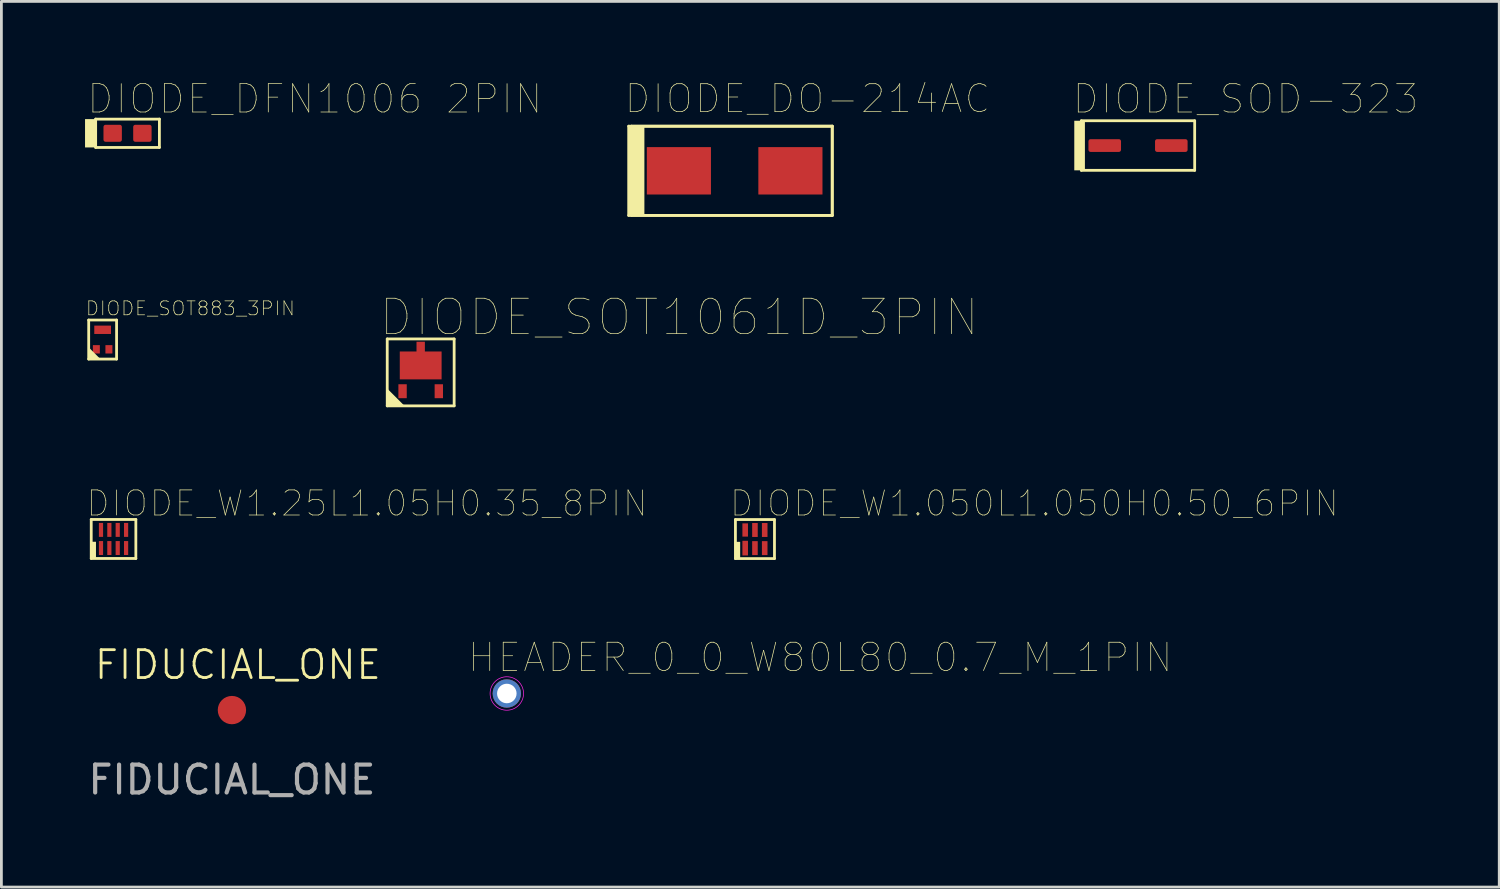
<source format=kicad_pcb>
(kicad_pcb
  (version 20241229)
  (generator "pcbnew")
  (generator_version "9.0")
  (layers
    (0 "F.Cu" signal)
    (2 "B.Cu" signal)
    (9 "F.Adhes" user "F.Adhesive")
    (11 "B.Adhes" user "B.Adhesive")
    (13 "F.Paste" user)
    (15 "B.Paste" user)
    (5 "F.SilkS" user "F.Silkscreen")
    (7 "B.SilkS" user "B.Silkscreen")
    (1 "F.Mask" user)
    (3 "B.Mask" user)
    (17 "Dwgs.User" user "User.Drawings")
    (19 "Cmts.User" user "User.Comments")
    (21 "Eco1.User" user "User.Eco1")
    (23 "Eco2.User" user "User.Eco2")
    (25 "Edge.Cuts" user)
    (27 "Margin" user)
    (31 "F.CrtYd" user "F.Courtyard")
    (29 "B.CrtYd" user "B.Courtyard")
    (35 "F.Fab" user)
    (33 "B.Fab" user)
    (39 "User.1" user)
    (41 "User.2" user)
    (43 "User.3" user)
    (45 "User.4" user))
  (footprint "DIODE_W1.25L1.05H0.35_8PIN"
    (layer "F.Cu")
    (at 1.022 16.28)
    (property "Reference" "DIODE_W1.25L1.05H0.35_8PIN" (at -1.022 -0.748 0) (unlocked yes) (layer "F.SilkS") (effects (font (size 0.9 0.9) (thickness 0.025)) (justify left bottom)))
    (fp_line (start -0.8 0.7) (end -0.8 -0.7) (stroke (width 0.1) (type solid)) (layer "F.SilkS"))
    (fp_line (start 0.8 -0.7) (end -0.8 -0.7) (stroke (width 0.1) (type solid)) (layer "F.SilkS"))
    (fp_line (start 0.8 0.7) (end -0.8 0.7) (stroke (width 0.1) (type solid)) (layer "F.SilkS"))
    (fp_line (start 0.8 0.7) (end 0.8 -0.7) (stroke (width 0.1) (type solid)) (layer "F.SilkS"))
    (fp_poly (pts (xy -0.63 0.7) (xy -0.63 0.1) (xy -0.8 0.1) (xy -0.8 0.7)) (stroke (width 0) (type default)) (fill yes) (layer "F.SilkS"))
    (pad "1" smd rect (at -0.45 0.325) (size 0.15 0.5) (layers "F.Cu" "F.Mask" "F.Paste"))
    (pad "2" smd rect (at -0.15 0.325) (size 0.15 0.5) (layers "F.Cu" "F.Mask" "F.Paste"))
    (pad "3" smd rect (at 0.15 0.325) (size 0.15 0.5) (layers "F.Cu" "F.Mask" "F.Paste"))
    (pad "4" smd rect (at 0.45 0.325) (size 0.15 0.5) (layers "F.Cu" "F.Mask" "F.Paste"))
    (pad "5" smd rect (at 0.45 -0.325) (size 0.15 0.5) (layers "F.Cu" "F.Mask" "F.Paste"))
    (pad "6" smd rect (at 0.15 -0.325) (size 0.15 0.5) (layers "F.Cu" "F.Mask" "F.Paste"))
    (pad "7" smd rect (at -0.15 -0.325) (size 0.15 0.5) (layers "F.Cu" "F.Mask" "F.Paste"))
    (pad "8" smd rect (at -0.45 -0.325) (size 0.15 0.5) (layers "F.Cu" "F.Mask" "F.Paste")))
  (footprint "DIODE_W1.050L1.050H0.50_6PIN"
    (layer "F.Cu")
    (at 24.026 16.283)
    (property "Reference" "DIODE_W1.050L1.050H0.50_6PIN" (at -0.944 -0.751 0) (unlocked yes) (layer "F.SilkS") (effects (font (size 0.9 0.9) (thickness 0.025)) (justify left bottom)))
    (fp_line (start -0.7 0.7) (end -0.7 -0.7) (stroke (width 0.1) (type solid)) (layer "F.SilkS"))
    (fp_line (start 0.7 -0.7) (end -0.7 -0.7) (stroke (width 0.1) (type solid)) (layer "F.SilkS"))
    (fp_line (start 0.7 0.7) (end -0.7 0.7) (stroke (width 0.1) (type solid)) (layer "F.SilkS"))
    (fp_line (start 0.7 0.7) (end 0.7 -0.7) (stroke (width 0.1) (type solid)) (layer "F.SilkS"))
    (fp_poly (pts (xy -0.53 0.7) (xy -0.53 0.1) (xy -0.7 0.1) (xy -0.7 0.7)) (stroke (width 0) (type default)) (fill yes) (layer "F.SilkS"))
    (pad "1" smd rect (at -0.35 0.325 90) (size 0.525 0.2) (layers "F.Cu" "F.Mask" "F.Paste"))
    (pad "2" smd rect (at 0 0.325 90) (size 0.5 0.2) (layers "F.Cu" "F.Mask" "F.Paste"))
    (pad "3" smd rect (at 0.35 0.325 90) (size 0.5 0.2) (layers "F.Cu" "F.Mask" "F.Paste"))
    (pad "4" smd rect (at 0.35 -0.325 90) (size 0.5 0.2) (layers "F.Cu" "F.Mask" "F.Paste"))
    (pad "5" smd rect (at 0 -0.325 90) (size 0.5 0.2) (layers "F.Cu" "F.Mask" "F.Paste"))
    (pad "6" smd rect (at -0.35 -0.325 90) (size 0.475 0.2) (layers "F.Cu" "F.Mask" "F.Paste")))
  (footprint "DIODE_SOT1061D_3PIN"
    (layer "F.Cu")
    (at 12.038 10.306)
    (property "Reference" "DIODE_SOT1061D_3PIN" (at -1.538 -1.233 0) (unlocked yes) (layer "F.SilkS") (effects (font (size 1.27 1.27) (thickness 0.025)) (justify left bottom)))
    (fp_line (start -1.2 -1.2) (end 1.2 -1.2) (stroke (width 0.1) (type solid)) (layer "F.SilkS"))
    (fp_line (start -1.2 1.2) (end -1.2 -1.2) (stroke (width 0.1) (type solid)) (layer "F.SilkS"))
    (fp_line (start -1.2 1.2) (end 1.2 1.2) (stroke (width 0.1) (type solid)) (layer "F.SilkS"))
    (fp_line (start 1.2 1.2) (end 1.2 -1.2) (stroke (width 0.1) (type solid)) (layer "F.SilkS"))
    (fp_poly (pts (xy -1.2 1.2) (xy -1.2 0.58) (xy -0.58 1.2)) (stroke (width 0) (type default)) (fill yes) (layer "F.SilkS"))
    (pad "1" smd rect (at -0.65 0.675 180) (size 0.3 0.5) (layers "F.Cu" "F.Mask" "F.Paste"))
    (pad "2" smd rect (at 0.65 0.675 180) (size 0.3 0.5) (layers "F.Cu" "F.Mask" "F.Paste"))
    (pad "3" smd custom (at -0.75 -0.75) (size 0.000001 0.000001) (layers "F.Cu" "F.Mask" "F.Paste") (options (anchor circle)) (primitives (gr_poly (pts (xy 0 0) (xy 0.6 0) (xy 0.6 -0.35) (xy 0.9 -0.35) (xy 0.9 0) (xy 1.5 0) (xy 1.5 1) (xy 0 1)) (width 0) (fill yes)))))
  (footprint "DIODE_SOT883_3PIN"
    (layer "F.Cu")
    (at 0.631 9.128)
    (property "Reference" "DIODE_SOT883_3PIN" (at -0.631 -0.825 0) (unlocked yes) (layer "F.SilkS") (effects (font (size 0.5 0.5) (thickness 0.025)) (justify left bottom)))
    (fp_line (start -0.5 -0.7) (end -0.5 0.7) (stroke (width 0.1) (type solid)) (layer "F.SilkS"))
    (fp_line (start -0.5 -0.7) (end 0.5 -0.7) (stroke (width 0.1) (type solid)) (layer "F.SilkS"))
    (fp_line (start -0.5 0.7) (end 0.5 0.7) (stroke (width 0.1) (type solid)) (layer "F.SilkS"))
    (fp_line (start 0.5 -0.7) (end 0.5 0.7) (stroke (width 0.1) (type solid)) (layer "F.SilkS"))
    (fp_poly (pts (xy -0.5 0.7) (xy -0.5 0.28) (xy -0.08 0.7)) (stroke (width 0) (type default)) (fill yes) (layer "F.SilkS"))
    (pad "1" smd rect (at -0.225 0.35 270) (size 0.3 0.25) (layers "F.Cu" "F.Mask" "F.Paste"))
    (pad "2" smd rect (at 0.225 0.35 270) (size 0.3 0.25) (layers "F.Cu" "F.Mask" "F.Paste"))
    (pad "3" smd rect (at 0 -0.35 180) (size 0.6 0.3) (layers "F.Cu" "F.Mask" "F.Paste")))
  (footprint "DIODE_DFN1006 2PIN"
    (layer "F.Cu")
    (at 1.524 1.73)
    (property "Reference" "DIODE_DFN1006 2PIN" (at -1.5 -0.638 0) (unlocked yes) (layer "F.SilkS") (effects (font (size 1.016 1.016) (thickness 0.025)) (justify left bottom)))
    (fp_line (start -1.143 -0.508) (end -1.143 0.508) (stroke (width 0.1) (type solid)) (layer "F.SilkS"))
    (fp_line (start -1.143 -0.508) (end 1.143 -0.508) (stroke (width 0.1) (type solid)) (layer "F.SilkS"))
    (fp_line (start -1.143 0.508) (end 1.143 0.508) (stroke (width 0.1) (type solid)) (layer "F.SilkS"))
    (fp_line (start 1.143 -0.508) (end 1.143 0.508) (stroke (width 0.1) (type solid)) (layer "F.SilkS"))
    (fp_poly (pts (xy -1.143 0.508) (xy -1.524 0.508) (xy -1.524 -0.508) (xy -1.143 -0.508)) (stroke (width 0) (type default)) (fill yes) (layer "F.SilkS"))
    (pad "1" smd roundrect (at -0.533 0 180) (size 0.66 0.61) (layers "F.Cu" "F.Mask" "F.Paste") (roundrect_rratio 0.125))
    (pad "2" smd roundrect (at 0.533 0) (size 0.66 0.61) (layers "F.Cu" "F.Mask" "F.Paste") (roundrect_rratio 0.125)))
  (footprint "FIDUCIAL_ONE"
    (layer "F.Cu")
    (at 5.268 22.417)
    (property "Reference" "FIDUCIAL_ONE" (at 0.214 -1.624 0) (unlocked yes) (layer "F.SilkS") (effects (font (size 1 1) (thickness 0.1))))
    (attr smd)
    (fp_text user "${REFERENCE}" (at 0 2.5 0) (unlocked yes) (layer "F.Fab") (effects (font (size 1 1) (thickness 0.15))))
    (pad "" smd circle (at 0 0) (size 1.016 1.016) (layers "F.Cu" "F.Mask")))
  (footprint "DIODE_DO-214AC"
    (layer "F.Cu")
    (at 23.298 3.076)
    (property "Reference" "DIODE_DO-214AC" (at -4 -2 0) (unlocked yes) (layer "F.SilkS") (effects (font (size 1 1) (thickness 0.025)) (justify left bottom)))
    (fp_line (start -3.8 -1.6) (end -3.8 1.6) (stroke (width 0.1) (type solid)) (layer "F.SilkS"))
    (fp_line (start -3.8 -1.6) (end 3.5 -1.6) (stroke (width 0.1) (type solid)) (layer "F.SilkS"))
    (fp_line (start -3.8 1.6) (end 3.5 1.6) (stroke (width 0.1) (type solid)) (layer "F.SilkS"))
    (fp_line (start -3.7 -1.6) (end -3.7 1.6) (stroke (width 0.1) (type solid)) (layer "F.SilkS"))
    (fp_line (start -3.7 -1.6) (end 3.5 -1.6) (stroke (width 0.1) (type solid)) (layer "F.SilkS"))
    (fp_line (start -3.7 1.6) (end 3.5 1.6) (stroke (width 0.1) (type solid)) (layer "F.SilkS"))
    (fp_line (start 3.5 -1.6) (end 3.5 1.6) (stroke (width 0.1) (type solid)) (layer "F.SilkS"))
    (fp_line (start 3.5 -1.6) (end 3.5 1.6) (stroke (width 0.1) (type solid)) (layer "F.SilkS"))
    (fp_poly (pts (xy -3.237 1.6) (xy -3.8 1.6) (xy -3.8 -1.6) (xy -3.237 -1.6)) (stroke (width 0) (type default)) (fill yes) (layer "F.SilkS"))
    (pad "1" smd rect (at -2 0 180) (size 2.3 1.7) (layers "F.Cu" "F.Mask" "F.Paste"))
    (pad "2" smd rect (at 2 0 180) (size 2.3 1.7) (layers "F.Cu" "F.Mask" "F.Paste")))
  (footprint "HEADER_0_0_W80L80_0.7_M_1PIN"
    (layer "F.Cu")
    (at 15.127 21.822)
    (property "Reference" "HEADER_0_0_W80L80_0.7_M_1PIN" (at -1.452 -0.697 0) (unlocked yes) (layer "F.SilkS") (effects (font (size 1.016 1.016) (thickness 0.025)) (justify left bottom)))
    (fp_circle (center 0 0) (end 0.6 0) (stroke (width 0.025) (type default)) (fill no) (layer "F.CrtYd"))
    (pad "1" thru_hole circle (at 0 0) (size 1.016 1.016) (drill 0.7) (layers "*.Cu" "*.Mask")))
  (footprint "DIODE_SOD-323"
    (layer "F.Cu")
    (at 37.765 2.17)
    (property "Reference" "DIODE_SOD-323" (at -2.401 -1.077 0) (unlocked yes) (layer "F.SilkS") (effects (font (size 1.016 1.016) (thickness 0.025)) (justify left bottom)))
    (fp_line (start -2.032 0.889) (end -2.032 -0.889) (stroke (width 0.1) (type solid)) (layer "F.SilkS"))
    (fp_line (start 2.032 -0.889) (end -2.032 -0.889) (stroke (width 0.1) (type solid)) (layer "F.SilkS"))
    (fp_line (start 2.032 0.889) (end -2.032 0.889) (stroke (width 0.1) (type solid)) (layer "F.SilkS"))
    (fp_line (start 2.032 0.889) (end 2.032 -0.889) (stroke (width 0.1) (type solid)) (layer "F.SilkS"))
    (fp_poly (pts (xy -1.905 0.889) (xy -1.905 -0.889) (xy -2.286 -0.889) (xy -2.286 0.889)) (stroke (width 0) (type default)) (fill yes) (layer "F.SilkS"))
    (pad "1" smd roundrect (at -1.194 0) (size 1.168 0.457) (layers "F.Cu" "F.Mask" "F.Paste") (roundrect_rratio 0.165))
    (pad "2" smd roundrect (at 1.194 0) (size 1.168 0.457) (layers "F.Cu" "F.Mask" "F.Paste") (roundrect_rratio 0.165)))
  (gr_rect
    (start -3 -3)
    (end 50.72 28.765)
    (stroke (width 0.1) (type default))
    (fill no)
    (layer "Edge.Cuts")))
</source>
